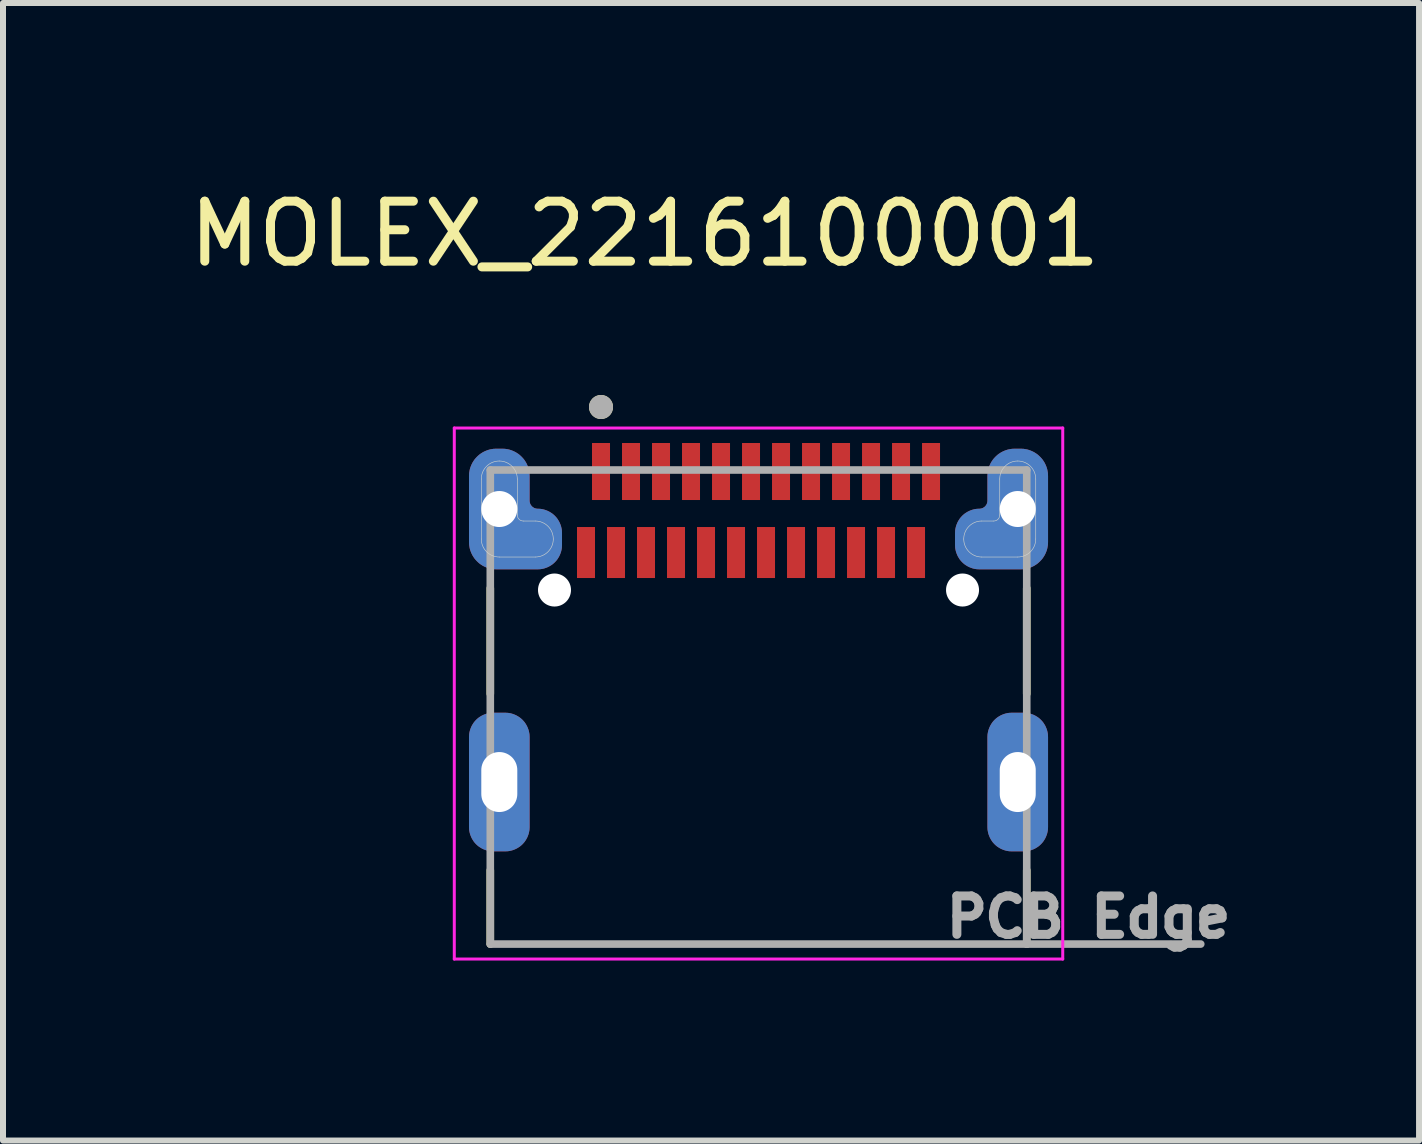
<source format=kicad_pcb>
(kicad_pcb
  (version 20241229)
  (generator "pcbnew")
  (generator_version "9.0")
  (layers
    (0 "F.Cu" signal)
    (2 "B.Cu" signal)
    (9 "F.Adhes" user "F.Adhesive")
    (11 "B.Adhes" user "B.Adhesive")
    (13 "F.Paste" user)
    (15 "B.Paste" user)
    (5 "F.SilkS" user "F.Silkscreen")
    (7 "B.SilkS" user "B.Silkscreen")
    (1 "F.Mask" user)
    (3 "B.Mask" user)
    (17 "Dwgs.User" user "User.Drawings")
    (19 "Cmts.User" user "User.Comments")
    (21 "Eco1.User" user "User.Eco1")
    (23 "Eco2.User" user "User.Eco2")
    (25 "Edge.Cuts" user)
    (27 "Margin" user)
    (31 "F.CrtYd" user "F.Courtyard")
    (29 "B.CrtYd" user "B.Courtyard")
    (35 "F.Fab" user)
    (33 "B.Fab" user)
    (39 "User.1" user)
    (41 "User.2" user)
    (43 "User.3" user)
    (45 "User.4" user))
  (footprint "MOLEX_2216100001"
    (layer "F.Cu")
    (at 9.591 9.983)
    (property "Reference" "MOLEX_2216100001" (at -1.895 -9.135 0) (layer "F.SilkS") (effects (font (size 1 1) (thickness 0.15))))
    (attr smd)
    (fp_poly (pts (xy -3.075 -4.3) (xy -2.675 -4.3) (xy -2.675 -3.35) (xy -3.075 -3.35)) (stroke (width 0.01) (type solid)) (fill yes) (layer "F.Mask"))
    (fp_poly (pts (xy -2.825 -5.7) (xy -2.425 -5.7) (xy -2.425 -4.65) (xy -2.825 -4.65)) (stroke (width 0.01) (type solid)) (fill yes) (layer "F.Mask"))
    (fp_poly (pts (xy -2.575 -4.3) (xy -2.175 -4.3) (xy -2.175 -3.35) (xy -2.575 -3.35)) (stroke (width 0.01) (type solid)) (fill yes) (layer "F.Mask"))
    (fp_poly (pts (xy -2.325 -5.7) (xy -1.925 -5.7) (xy -1.925 -4.65) (xy -2.325 -4.65)) (stroke (width 0.01) (type solid)) (fill yes) (layer "F.Mask"))
    (fp_poly (pts (xy -2.075 -4.3) (xy -1.675 -4.3) (xy -1.675 -3.35) (xy -2.075 -3.35)) (stroke (width 0.01) (type solid)) (fill yes) (layer "F.Mask"))
    (fp_poly (pts (xy -1.825 -5.7) (xy -1.425 -5.7) (xy -1.425 -4.65) (xy -1.825 -4.65)) (stroke (width 0.01) (type solid)) (fill yes) (layer "F.Mask"))
    (fp_poly (pts (xy -1.575 -4.3) (xy -1.175 -4.3) (xy -1.175 -3.35) (xy -1.575 -3.35)) (stroke (width 0.01) (type solid)) (fill yes) (layer "F.Mask"))
    (fp_poly (pts (xy -1.325 -5.7) (xy -0.925 -5.7) (xy -0.925 -4.65) (xy -1.325 -4.65)) (stroke (width 0.01) (type solid)) (fill yes) (layer "F.Mask"))
    (fp_poly (pts (xy -1.075 -4.3) (xy -0.675 -4.3) (xy -0.675 -3.35) (xy -1.075 -3.35)) (stroke (width 0.01) (type solid)) (fill yes) (layer "F.Mask"))
    (fp_poly (pts (xy -0.825 -5.7) (xy -0.425 -5.7) (xy -0.425 -4.65) (xy -0.825 -4.65)) (stroke (width 0.01) (type solid)) (fill yes) (layer "F.Mask"))
    (fp_poly (pts (xy -0.575 -4.3) (xy -0.175 -4.3) (xy -0.175 -3.35) (xy -0.575 -3.35)) (stroke (width 0.01) (type solid)) (fill yes) (layer "F.Mask"))
    (fp_poly (pts (xy -0.325 -5.7) (xy 0.075 -5.7) (xy 0.075 -4.65) (xy -0.325 -4.65)) (stroke (width 0.01) (type solid)) (fill yes) (layer "F.Mask"))
    (fp_poly (pts (xy -0.075 -4.3) (xy 0.325 -4.3) (xy 0.325 -3.35) (xy -0.075 -3.35)) (stroke (width 0.01) (type solid)) (fill yes) (layer "F.Mask"))
    (fp_poly (pts (xy 0.175 -5.7) (xy 0.575 -5.7) (xy 0.575 -4.65) (xy 0.175 -4.65)) (stroke (width 0.01) (type solid)) (fill yes) (layer "F.Mask"))
    (fp_poly (pts (xy 0.425 -4.3) (xy 0.825 -4.3) (xy 0.825 -3.35) (xy 0.425 -3.35)) (stroke (width 0.01) (type solid)) (fill yes) (layer "F.Mask"))
    (fp_poly (pts (xy 0.675 -5.7) (xy 1.075 -5.7) (xy 1.075 -4.65) (xy 0.675 -4.65)) (stroke (width 0.01) (type solid)) (fill yes) (layer "F.Mask"))
    (fp_poly (pts (xy 0.925 -4.3) (xy 1.325 -4.3) (xy 1.325 -3.35) (xy 0.925 -3.35)) (stroke (width 0.01) (type solid)) (fill yes) (layer "F.Mask"))
    (fp_poly (pts (xy 1.175 -5.7) (xy 1.575 -5.7) (xy 1.575 -4.65) (xy 1.175 -4.65)) (stroke (width 0.01) (type solid)) (fill yes) (layer "F.Mask"))
    (fp_poly (pts (xy 1.425 -4.3) (xy 1.825 -4.3) (xy 1.825 -3.35) (xy 1.425 -3.35)) (stroke (width 0.01) (type solid)) (fill yes) (layer "F.Mask"))
    (fp_poly (pts (xy 1.675 -5.7) (xy 2.075 -5.7) (xy 2.075 -4.65) (xy 1.675 -4.65)) (stroke (width 0.01) (type solid)) (fill yes) (layer "F.Mask"))
    (fp_poly (pts (xy 1.925 -4.3) (xy 2.325 -4.3) (xy 2.325 -3.35) (xy 1.925 -3.35)) (stroke (width 0.01) (type solid)) (fill yes) (layer "F.Mask"))
    (fp_poly (pts (xy 2.175 -5.7) (xy 2.575 -5.7) (xy 2.575 -4.65) (xy 2.175 -4.65)) (stroke (width 0.01) (type solid)) (fill yes) (layer "F.Mask"))
    (fp_poly (pts (xy 2.425 -4.3) (xy 2.825 -4.3) (xy 2.825 -3.35) (xy 2.425 -3.35)) (stroke (width 0.01) (type solid)) (fill yes) (layer "F.Mask"))
    (fp_poly (pts (xy 2.675 -5.7) (xy 3.075 -5.7) (xy 3.075 -4.65) (xy 2.675 -4.65)) (stroke (width 0.01) (type solid)) (fill yes) (layer "F.Mask"))
    (fp_poly (pts (xy -3.72 -0.75) (xy -3.72 0.75) (xy -3.721 0.776) (xy -3.723 0.802) (xy -3.726 0.828) (xy -3.731 0.854) (xy -3.737 0.879) (xy -3.744 0.905) (xy -3.753 0.929) (xy -3.763 0.953) (xy -3.774 0.977) (xy -3.787 1) (xy -3.801 1.022) (xy -3.815 1.044) (xy -3.831 1.065) (xy -3.848 1.085) (xy -3.866 1.104) (xy -3.885 1.122) (xy -3.905 1.139) (xy -3.926 1.155) (xy -3.948 1.169) (xy -3.97 1.183) (xy -3.993 1.196) (xy -4.017 1.207) (xy -4.041 1.217) (xy -4.065 1.226) (xy -4.091 1.233) (xy -4.116 1.239) (xy -4.142 1.244) (xy -4.168 1.247) (xy -4.194 1.249) (xy -4.22 1.25) (xy -4.42 1.25) (xy -4.446 1.249) (xy -4.472 1.247) (xy -4.498 1.244) (xy -4.524 1.239) (xy -4.549 1.233) (xy -4.575 1.226) (xy -4.599 1.217) (xy -4.623 1.207) (xy -4.647 1.196) (xy -4.67 1.183) (xy -4.692 1.169) (xy -4.714 1.155) (xy -4.735 1.139) (xy -4.755 1.122) (xy -4.774 1.104) (xy -4.792 1.085) (xy -4.809 1.065) (xy -4.825 1.044) (xy -4.839 1.022) (xy -4.853 1) (xy -4.866 0.977) (xy -4.877 0.953) (xy -4.887 0.929) (xy -4.896 0.905) (xy -4.903 0.879) (xy -4.909 0.854) (xy -4.914 0.828) (xy -4.917 0.802) (xy -4.919 0.776) (xy -4.92 0.75) (xy -4.92 -0.75) (xy -4.919 -0.776) (xy -4.917 -0.802) (xy -4.914 -0.828) (xy -4.909 -0.854) (xy -4.903 -0.879) (xy -4.896 -0.905) (xy -4.887 -0.929) (xy -4.877 -0.953) (xy -4.866 -0.977) (xy -4.853 -1) (xy -4.839 -1.022) (xy -4.825 -1.044) (xy -4.809 -1.065) (xy -4.792 -1.085) (xy -4.774 -1.104) (xy -4.755 -1.122) (xy -4.735 -1.139) (xy -4.714 -1.155) (xy -4.692 -1.169) (xy -4.67 -1.183) (xy -4.647 -1.196) (xy -4.623 -1.207) (xy -4.599 -1.217) (xy -4.575 -1.226) (xy -4.549 -1.233) (xy -4.524 -1.239) (xy -4.498 -1.244) (xy -4.472 -1.247) (xy -4.446 -1.249) (xy -4.42 -1.25) (xy -4.22 -1.25) (xy -4.194 -1.249) (xy -4.168 -1.247) (xy -4.142 -1.244) (xy -4.116 -1.239) (xy -4.091 -1.233) (xy -4.065 -1.226) (xy -4.041 -1.217) (xy -4.017 -1.207) (xy -3.993 -1.196) (xy -3.97 -1.183) (xy -3.948 -1.169) (xy -3.926 -1.155) (xy -3.905 -1.139) (xy -3.885 -1.122) (xy -3.866 -1.104) (xy -3.848 -1.085) (xy -3.831 -1.065) (xy -3.815 -1.044) (xy -3.801 -1.022) (xy -3.787 -1) (xy -3.774 -0.977) (xy -3.763 -0.953) (xy -3.753 -0.929) (xy -3.744 -0.905) (xy -3.737 -0.879) (xy -3.731 -0.854) (xy -3.726 -0.828) (xy -3.723 -0.802) (xy -3.721 -0.776) (xy -3.72 -0.75)) (stroke (width 0.01) (type solid)) (fill yes) (layer "F.Mask"))
    (fp_poly (pts (xy 4.92 -0.75) (xy 4.92 0.75) (xy 4.919 0.776) (xy 4.917 0.802) (xy 4.914 0.828) (xy 4.909 0.854) (xy 4.903 0.879) (xy 4.896 0.905) (xy 4.887 0.929) (xy 4.877 0.953) (xy 4.866 0.977) (xy 4.853 1) (xy 4.839 1.022) (xy 4.825 1.044) (xy 4.809 1.065) (xy 4.792 1.085) (xy 4.774 1.104) (xy 4.755 1.122) (xy 4.735 1.139) (xy 4.714 1.155) (xy 4.692 1.169) (xy 4.67 1.183) (xy 4.647 1.196) (xy 4.623 1.207) (xy 4.599 1.217) (xy 4.575 1.226) (xy 4.549 1.233) (xy 4.524 1.239) (xy 4.498 1.244) (xy 4.472 1.247) (xy 4.446 1.249) (xy 4.42 1.25) (xy 4.22 1.25) (xy 4.194 1.249) (xy 4.168 1.247) (xy 4.142 1.244) (xy 4.116 1.239) (xy 4.091 1.233) (xy 4.065 1.226) (xy 4.041 1.217) (xy 4.017 1.207) (xy 3.993 1.196) (xy 3.97 1.183) (xy 3.948 1.169) (xy 3.926 1.155) (xy 3.905 1.139) (xy 3.885 1.122) (xy 3.866 1.104) (xy 3.848 1.085) (xy 3.831 1.065) (xy 3.815 1.044) (xy 3.801 1.022) (xy 3.787 1) (xy 3.774 0.977) (xy 3.763 0.953) (xy 3.753 0.929) (xy 3.744 0.905) (xy 3.737 0.879) (xy 3.731 0.854) (xy 3.726 0.828) (xy 3.723 0.802) (xy 3.721 0.776) (xy 3.72 0.75) (xy 3.72 -0.75) (xy 3.721 -0.776) (xy 3.723 -0.802) (xy 3.726 -0.828) (xy 3.731 -0.854) (xy 3.737 -0.879) (xy 3.744 -0.905) (xy 3.753 -0.929) (xy 3.763 -0.953) (xy 3.774 -0.977) (xy 3.787 -1) (xy 3.801 -1.022) (xy 3.815 -1.044) (xy 3.831 -1.065) (xy 3.848 -1.085) (xy 3.866 -1.104) (xy 3.885 -1.122) (xy 3.905 -1.139) (xy 3.926 -1.155) (xy 3.948 -1.169) (xy 3.97 -1.183) (xy 3.993 -1.196) (xy 4.017 -1.207) (xy 4.041 -1.217) (xy 4.065 -1.226) (xy 4.091 -1.233) (xy 4.116 -1.239) (xy 4.142 -1.244) (xy 4.168 -1.247) (xy 4.194 -1.249) (xy 4.22 -1.25) (xy 4.42 -1.25) (xy 4.446 -1.249) (xy 4.472 -1.247) (xy 4.498 -1.244) (xy 4.524 -1.239) (xy 4.549 -1.233) (xy 4.575 -1.226) (xy 4.599 -1.217) (xy 4.623 -1.207) (xy 4.647 -1.196) (xy 4.67 -1.183) (xy 4.692 -1.169) (xy 4.714 -1.155) (xy 4.735 -1.139) (xy 4.755 -1.122) (xy 4.774 -1.104) (xy 4.792 -1.085) (xy 4.809 -1.065) (xy 4.825 -1.044) (xy 4.839 -1.022) (xy 4.853 -1) (xy 4.866 -0.977) (xy 4.877 -0.953) (xy 4.887 -0.929) (xy 4.896 -0.905) (xy 4.903 -0.879) (xy 4.909 -0.854) (xy 4.914 -0.828) (xy 4.917 -0.802) (xy 4.919 -0.776) (xy 4.92 -0.75)) (stroke (width 0.01) (type solid)) (fill yes) (layer "F.Mask"))
    (fp_poly (pts (xy -3.18 -4.15) (xy -3.18 -3.95) (xy -3.181 -3.924) (xy -3.183 -3.898) (xy -3.186 -3.872) (xy -3.191 -3.846) (xy -3.197 -3.821) (xy -3.204 -3.795) (xy -3.213 -3.771) (xy -3.223 -3.747) (xy -3.234 -3.723) (xy -3.247 -3.7) (xy -3.261 -3.678) (xy -3.275 -3.656) (xy -3.291 -3.635) (xy -3.308 -3.615) (xy -3.326 -3.596) (xy -3.345 -3.578) (xy -3.365 -3.561) (xy -3.386 -3.545) (xy -3.408 -3.531) (xy -3.43 -3.517) (xy -3.453 -3.504) (xy -3.477 -3.493) (xy -3.501 -3.483) (xy -3.525 -3.474) (xy -3.551 -3.467) (xy -3.576 -3.461) (xy -3.602 -3.456) (xy -3.628 -3.453) (xy -3.654 -3.451) (xy -3.68 -3.45) (xy -4.37 -3.45) (xy -4.399 -3.451) (xy -4.427 -3.453) (xy -4.456 -3.457) (xy -4.484 -3.462) (xy -4.512 -3.469) (xy -4.54 -3.477) (xy -4.567 -3.487) (xy -4.594 -3.498) (xy -4.62 -3.51) (xy -4.645 -3.524) (xy -4.67 -3.539) (xy -4.693 -3.555) (xy -4.716 -3.573) (xy -4.738 -3.591) (xy -4.759 -3.611) (xy -4.779 -3.632) (xy -4.797 -3.654) (xy -4.815 -3.677) (xy -4.831 -3.7) (xy -4.846 -3.725) (xy -4.86 -3.75) (xy -4.872 -3.776) (xy -4.883 -3.803) (xy -4.893 -3.83) (xy -4.901 -3.858) (xy -4.908 -3.886) (xy -4.913 -3.914) (xy -4.917 -3.943) (xy -4.919 -3.971) (xy -4.92 -4) (xy -4.92 -5.1) (xy -4.919 -5.129) (xy -4.917 -5.157) (xy -4.913 -5.186) (xy -4.908 -5.214) (xy -4.901 -5.242) (xy -4.893 -5.27) (xy -4.883 -5.297) (xy -4.872 -5.324) (xy -4.86 -5.35) (xy -4.846 -5.375) (xy -4.831 -5.4) (xy -4.815 -5.423) (xy -4.797 -5.446) (xy -4.779 -5.468) (xy -4.759 -5.489) (xy -4.738 -5.509) (xy -4.716 -5.527) (xy -4.693 -5.545) (xy -4.67 -5.561) (xy -4.645 -5.576) (xy -4.62 -5.59) (xy -4.594 -5.602) (xy -4.567 -5.613) (xy -4.54 -5.623) (xy -4.512 -5.631) (xy -4.484 -5.638) (xy -4.456 -5.643) (xy -4.427 -5.647) (xy -4.399 -5.649) (xy -4.37 -5.65) (xy -4.27 -5.65) (xy -4.241 -5.649) (xy -4.213 -5.647) (xy -4.184 -5.643) (xy -4.156 -5.638) (xy -4.128 -5.631) (xy -4.1 -5.623) (xy -4.073 -5.613) (xy -4.046 -5.602) (xy -4.02 -5.59) (xy -3.995 -5.576) (xy -3.97 -5.561) (xy -3.947 -5.545) (xy -3.924 -5.527) (xy -3.902 -5.509) (xy -3.881 -5.489) (xy -3.861 -5.468) (xy -3.843 -5.446) (xy -3.825 -5.423) (xy -3.809 -5.4) (xy -3.794 -5.375) (xy -3.78 -5.35) (xy -3.768 -5.324) (xy -3.757 -5.297) (xy -3.747 -5.27) (xy -3.739 -5.242) (xy -3.732 -5.214) (xy -3.727 -5.186) (xy -3.723 -5.157) (xy -3.721 -5.129) (xy -3.72 -5.1) (xy -3.72 -4.69) (xy -3.72 -4.688) (xy -3.72 -4.686) (xy -3.72 -4.684) (xy -3.719 -4.682) (xy -3.719 -4.68) (xy -3.718 -4.678) (xy -3.717 -4.676) (xy -3.717 -4.674) (xy -3.716 -4.672) (xy -3.715 -4.67) (xy -3.714 -4.668) (xy -3.712 -4.666) (xy -3.711 -4.665) (xy -3.71 -4.663) (xy -3.708 -4.662) (xy -3.707 -4.66) (xy -3.705 -4.659) (xy -3.704 -4.658) (xy -3.702 -4.656) (xy -3.7 -4.655) (xy -3.698 -4.654) (xy -3.696 -4.653) (xy -3.694 -4.653) (xy -3.692 -4.652) (xy -3.69 -4.651) (xy -3.688 -4.651) (xy -3.686 -4.65) (xy -3.684 -4.65) (xy -3.682 -4.65) (xy -3.68 -4.65) (xy -3.654 -4.649) (xy -3.628 -4.647) (xy -3.602 -4.644) (xy -3.576 -4.639) (xy -3.551 -4.633) (xy -3.525 -4.626) (xy -3.501 -4.617) (xy -3.477 -4.607) (xy -3.453 -4.596) (xy -3.43 -4.583) (xy -3.408 -4.569) (xy -3.386 -4.555) (xy -3.365 -4.539) (xy -3.345 -4.522) (xy -3.326 -4.504) (xy -3.308 -4.485) (xy -3.291 -4.465) (xy -3.275 -4.444) (xy -3.261 -4.422) (xy -3.247 -4.4) (xy -3.234 -4.377) (xy -3.223 -4.353) (xy -3.213 -4.329) (xy -3.204 -4.305) (xy -3.197 -4.279) (xy -3.191 -4.254) (xy -3.186 -4.228) (xy -3.183 -4.202) (xy -3.181 -4.176) (xy -3.18 -4.15)) (stroke (width 0.01) (type solid)) (fill yes) (layer "F.Mask"))
    (fp_poly (pts (xy 3.18 -4.15) (xy 3.18 -3.95) (xy 3.181 -3.924) (xy 3.183 -3.898) (xy 3.186 -3.872) (xy 3.191 -3.846) (xy 3.197 -3.821) (xy 3.204 -3.795) (xy 3.213 -3.771) (xy 3.223 -3.747) (xy 3.234 -3.723) (xy 3.247 -3.7) (xy 3.261 -3.678) (xy 3.275 -3.656) (xy 3.291 -3.635) (xy 3.308 -3.615) (xy 3.326 -3.596) (xy 3.345 -3.578) (xy 3.365 -3.561) (xy 3.386 -3.545) (xy 3.408 -3.531) (xy 3.43 -3.517) (xy 3.453 -3.504) (xy 3.477 -3.493) (xy 3.501 -3.483) (xy 3.525 -3.474) (xy 3.551 -3.467) (xy 3.576 -3.461) (xy 3.602 -3.456) (xy 3.628 -3.453) (xy 3.654 -3.451) (xy 3.68 -3.45) (xy 4.37 -3.45) (xy 4.399 -3.451) (xy 4.427 -3.453) (xy 4.456 -3.457) (xy 4.484 -3.462) (xy 4.512 -3.469) (xy 4.54 -3.477) (xy 4.567 -3.487) (xy 4.594 -3.498) (xy 4.62 -3.51) (xy 4.645 -3.524) (xy 4.67 -3.539) (xy 4.693 -3.555) (xy 4.716 -3.573) (xy 4.738 -3.591) (xy 4.759 -3.611) (xy 4.779 -3.632) (xy 4.797 -3.654) (xy 4.815 -3.677) (xy 4.831 -3.7) (xy 4.846 -3.725) (xy 4.86 -3.75) (xy 4.872 -3.776) (xy 4.883 -3.803) (xy 4.893 -3.83) (xy 4.901 -3.858) (xy 4.908 -3.886) (xy 4.913 -3.914) (xy 4.917 -3.943) (xy 4.919 -3.971) (xy 4.92 -4) (xy 4.92 -5.1) (xy 4.919 -5.129) (xy 4.917 -5.157) (xy 4.913 -5.186) (xy 4.908 -5.214) (xy 4.901 -5.242) (xy 4.893 -5.27) (xy 4.883 -5.297) (xy 4.872 -5.324) (xy 4.86 -5.35) (xy 4.846 -5.375) (xy 4.831 -5.4) (xy 4.815 -5.423) (xy 4.797 -5.446) (xy 4.779 -5.468) (xy 4.759 -5.489) (xy 4.738 -5.509) (xy 4.716 -5.527) (xy 4.693 -5.545) (xy 4.67 -5.561) (xy 4.645 -5.576) (xy 4.62 -5.59) (xy 4.594 -5.602) (xy 4.567 -5.613) (xy 4.54 -5.623) (xy 4.512 -5.631) (xy 4.484 -5.638) (xy 4.456 -5.643) (xy 4.427 -5.647) (xy 4.399 -5.649) (xy 4.37 -5.65) (xy 4.27 -5.65) (xy 4.241 -5.649) (xy 4.213 -5.647) (xy 4.184 -5.643) (xy 4.156 -5.638) (xy 4.128 -5.631) (xy 4.1 -5.623) (xy 4.073 -5.613) (xy 4.046 -5.602) (xy 4.02 -5.59) (xy 3.995 -5.576) (xy 3.97 -5.561) (xy 3.947 -5.545) (xy 3.924 -5.527) (xy 3.902 -5.509) (xy 3.881 -5.489) (xy 3.861 -5.468) (xy 3.843 -5.446) (xy 3.825 -5.423) (xy 3.809 -5.4) (xy 3.794 -5.375) (xy 3.78 -5.35) (xy 3.768 -5.324) (xy 3.757 -5.297) (xy 3.747 -5.27) (xy 3.739 -5.242) (xy 3.732 -5.214) (xy 3.727 -5.186) (xy 3.723 -5.157) (xy 3.721 -5.129) (xy 3.72 -5.1) (xy 3.72 -4.69) (xy 3.72 -4.688) (xy 3.72 -4.686) (xy 3.72 -4.684) (xy 3.719 -4.682) (xy 3.719 -4.68) (xy 3.718 -4.678) (xy 3.717 -4.676) (xy 3.717 -4.674) (xy 3.716 -4.672) (xy 3.715 -4.67) (xy 3.714 -4.668) (xy 3.712 -4.666) (xy 3.711 -4.665) (xy 3.71 -4.663) (xy 3.708 -4.662) (xy 3.707 -4.66) (xy 3.705 -4.659) (xy 3.704 -4.658) (xy 3.702 -4.656) (xy 3.7 -4.655) (xy 3.698 -4.654) (xy 3.696 -4.653) (xy 3.694 -4.653) (xy 3.692 -4.652) (xy 3.69 -4.651) (xy 3.688 -4.651) (xy 3.686 -4.65) (xy 3.684 -4.65) (xy 3.682 -4.65) (xy 3.68 -4.65) (xy 3.654 -4.649) (xy 3.628 -4.647) (xy 3.602 -4.644) (xy 3.576 -4.639) (xy 3.551 -4.633) (xy 3.525 -4.626) (xy 3.501 -4.617) (xy 3.477 -4.607) (xy 3.453 -4.596) (xy 3.43 -4.583) (xy 3.408 -4.569) (xy 3.386 -4.555) (xy 3.365 -4.539) (xy 3.345 -4.522) (xy 3.326 -4.504) (xy 3.308 -4.485) (xy 3.291 -4.465) (xy 3.275 -4.444) (xy 3.261 -4.422) (xy 3.247 -4.4) (xy 3.234 -4.377) (xy 3.223 -4.353) (xy 3.213 -4.329) (xy 3.204 -4.305) (xy 3.197 -4.279) (xy 3.191 -4.254) (xy 3.186 -4.228) (xy 3.183 -4.202) (xy 3.181 -4.176) (xy 3.18 -4.15)) (stroke (width 0.01) (type solid)) (fill yes) (layer "F.Mask"))
    (fp_poly (pts (xy -3.72 -0.75) (xy -3.72 0.75) (xy -3.721 0.776) (xy -3.723 0.802) (xy -3.726 0.828) (xy -3.731 0.854) (xy -3.737 0.879) (xy -3.744 0.905) (xy -3.753 0.929) (xy -3.763 0.953) (xy -3.774 0.977) (xy -3.787 1) (xy -3.801 1.022) (xy -3.815 1.044) (xy -3.831 1.065) (xy -3.848 1.085) (xy -3.866 1.104) (xy -3.885 1.122) (xy -3.905 1.139) (xy -3.926 1.155) (xy -3.948 1.169) (xy -3.97 1.183) (xy -3.993 1.196) (xy -4.017 1.207) (xy -4.041 1.217) (xy -4.065 1.226) (xy -4.091 1.233) (xy -4.116 1.239) (xy -4.142 1.244) (xy -4.168 1.247) (xy -4.194 1.249) (xy -4.22 1.25) (xy -4.42 1.25) (xy -4.446 1.249) (xy -4.472 1.247) (xy -4.498 1.244) (xy -4.524 1.239) (xy -4.549 1.233) (xy -4.575 1.226) (xy -4.599 1.217) (xy -4.623 1.207) (xy -4.647 1.196) (xy -4.67 1.183) (xy -4.692 1.169) (xy -4.714 1.155) (xy -4.735 1.139) (xy -4.755 1.122) (xy -4.774 1.104) (xy -4.792 1.085) (xy -4.809 1.065) (xy -4.825 1.044) (xy -4.839 1.022) (xy -4.853 1) (xy -4.866 0.977) (xy -4.877 0.953) (xy -4.887 0.929) (xy -4.896 0.905) (xy -4.903 0.879) (xy -4.909 0.854) (xy -4.914 0.828) (xy -4.917 0.802) (xy -4.919 0.776) (xy -4.92 0.75) (xy -4.92 -0.75) (xy -4.919 -0.776) (xy -4.917 -0.802) (xy -4.914 -0.828) (xy -4.909 -0.854) (xy -4.903 -0.879) (xy -4.896 -0.905) (xy -4.887 -0.929) (xy -4.877 -0.953) (xy -4.866 -0.977) (xy -4.853 -1) (xy -4.839 -1.022) (xy -4.825 -1.044) (xy -4.809 -1.065) (xy -4.792 -1.085) (xy -4.774 -1.104) (xy -4.755 -1.122) (xy -4.735 -1.139) (xy -4.714 -1.155) (xy -4.692 -1.169) (xy -4.67 -1.183) (xy -4.647 -1.196) (xy -4.623 -1.207) (xy -4.599 -1.217) (xy -4.575 -1.226) (xy -4.549 -1.233) (xy -4.524 -1.239) (xy -4.498 -1.244) (xy -4.472 -1.247) (xy -4.446 -1.249) (xy -4.42 -1.25) (xy -4.22 -1.25) (xy -4.194 -1.249) (xy -4.168 -1.247) (xy -4.142 -1.244) (xy -4.116 -1.239) (xy -4.091 -1.233) (xy -4.065 -1.226) (xy -4.041 -1.217) (xy -4.017 -1.207) (xy -3.993 -1.196) (xy -3.97 -1.183) (xy -3.948 -1.169) (xy -3.926 -1.155) (xy -3.905 -1.139) (xy -3.885 -1.122) (xy -3.866 -1.104) (xy -3.848 -1.085) (xy -3.831 -1.065) (xy -3.815 -1.044) (xy -3.801 -1.022) (xy -3.787 -1) (xy -3.774 -0.977) (xy -3.763 -0.953) (xy -3.753 -0.929) (xy -3.744 -0.905) (xy -3.737 -0.879) (xy -3.731 -0.854) (xy -3.726 -0.828) (xy -3.723 -0.802) (xy -3.721 -0.776) (xy -3.72 -0.75)) (stroke (width 0.01) (type solid)) (fill yes) (layer "B.Mask"))
    (fp_poly (pts (xy 4.92 -0.75) (xy 4.92 0.75) (xy 4.919 0.776) (xy 4.917 0.802) (xy 4.914 0.828) (xy 4.909 0.854) (xy 4.903 0.879) (xy 4.896 0.905) (xy 4.887 0.929) (xy 4.877 0.953) (xy 4.866 0.977) (xy 4.853 1) (xy 4.839 1.022) (xy 4.825 1.044) (xy 4.809 1.065) (xy 4.792 1.085) (xy 4.774 1.104) (xy 4.755 1.122) (xy 4.735 1.139) (xy 4.714 1.155) (xy 4.692 1.169) (xy 4.67 1.183) (xy 4.647 1.196) (xy 4.623 1.207) (xy 4.599 1.217) (xy 4.575 1.226) (xy 4.549 1.233) (xy 4.524 1.239) (xy 4.498 1.244) (xy 4.472 1.247) (xy 4.446 1.249) (xy 4.42 1.25) (xy 4.22 1.25) (xy 4.194 1.249) (xy 4.168 1.247) (xy 4.142 1.244) (xy 4.116 1.239) (xy 4.091 1.233) (xy 4.065 1.226) (xy 4.041 1.217) (xy 4.017 1.207) (xy 3.993 1.196) (xy 3.97 1.183) (xy 3.948 1.169) (xy 3.926 1.155) (xy 3.905 1.139) (xy 3.885 1.122) (xy 3.866 1.104) (xy 3.848 1.085) (xy 3.831 1.065) (xy 3.815 1.044) (xy 3.801 1.022) (xy 3.787 1) (xy 3.774 0.977) (xy 3.763 0.953) (xy 3.753 0.929) (xy 3.744 0.905) (xy 3.737 0.879) (xy 3.731 0.854) (xy 3.726 0.828) (xy 3.723 0.802) (xy 3.721 0.776) (xy 3.72 0.75) (xy 3.72 -0.75) (xy 3.721 -0.776) (xy 3.723 -0.802) (xy 3.726 -0.828) (xy 3.731 -0.854) (xy 3.737 -0.879) (xy 3.744 -0.905) (xy 3.753 -0.929) (xy 3.763 -0.953) (xy 3.774 -0.977) (xy 3.787 -1) (xy 3.801 -1.022) (xy 3.815 -1.044) (xy 3.831 -1.065) (xy 3.848 -1.085) (xy 3.866 -1.104) (xy 3.885 -1.122) (xy 3.905 -1.139) (xy 3.926 -1.155) (xy 3.948 -1.169) (xy 3.97 -1.183) (xy 3.993 -1.196) (xy 4.017 -1.207) (xy 4.041 -1.217) (xy 4.065 -1.226) (xy 4.091 -1.233) (xy 4.116 -1.239) (xy 4.142 -1.244) (xy 4.168 -1.247) (xy 4.194 -1.249) (xy 4.22 -1.25) (xy 4.42 -1.25) (xy 4.446 -1.249) (xy 4.472 -1.247) (xy 4.498 -1.244) (xy 4.524 -1.239) (xy 4.549 -1.233) (xy 4.575 -1.226) (xy 4.599 -1.217) (xy 4.623 -1.207) (xy 4.647 -1.196) (xy 4.67 -1.183) (xy 4.692 -1.169) (xy 4.714 -1.155) (xy 4.735 -1.139) (xy 4.755 -1.122) (xy 4.774 -1.104) (xy 4.792 -1.085) (xy 4.809 -1.065) (xy 4.825 -1.044) (xy 4.839 -1.022) (xy 4.853 -1) (xy 4.866 -0.977) (xy 4.877 -0.953) (xy 4.887 -0.929) (xy 4.896 -0.905) (xy 4.903 -0.879) (xy 4.909 -0.854) (xy 4.914 -0.828) (xy 4.917 -0.802) (xy 4.919 -0.776) (xy 4.92 -0.75)) (stroke (width 0.01) (type solid)) (fill yes) (layer "B.Mask"))
    (fp_poly (pts (xy -3.18 -4.15) (xy -3.18 -3.95) (xy -3.181 -3.924) (xy -3.183 -3.898) (xy -3.186 -3.872) (xy -3.191 -3.846) (xy -3.197 -3.821) (xy -3.204 -3.795) (xy -3.213 -3.771) (xy -3.223 -3.747) (xy -3.234 -3.723) (xy -3.247 -3.7) (xy -3.261 -3.678) (xy -3.275 -3.656) (xy -3.291 -3.635) (xy -3.308 -3.615) (xy -3.326 -3.596) (xy -3.345 -3.578) (xy -3.365 -3.561) (xy -3.386 -3.545) (xy -3.408 -3.531) (xy -3.43 -3.517) (xy -3.453 -3.504) (xy -3.477 -3.493) (xy -3.501 -3.483) (xy -3.525 -3.474) (xy -3.551 -3.467) (xy -3.576 -3.461) (xy -3.602 -3.456) (xy -3.628 -3.453) (xy -3.654 -3.451) (xy -3.68 -3.45) (xy -4.37 -3.45) (xy -4.399 -3.451) (xy -4.427 -3.453) (xy -4.456 -3.457) (xy -4.484 -3.462) (xy -4.512 -3.469) (xy -4.54 -3.477) (xy -4.567 -3.487) (xy -4.594 -3.498) (xy -4.62 -3.51) (xy -4.645 -3.524) (xy -4.67 -3.539) (xy -4.693 -3.555) (xy -4.716 -3.573) (xy -4.738 -3.591) (xy -4.759 -3.611) (xy -4.779 -3.632) (xy -4.797 -3.654) (xy -4.815 -3.677) (xy -4.831 -3.7) (xy -4.846 -3.725) (xy -4.86 -3.75) (xy -4.872 -3.776) (xy -4.883 -3.803) (xy -4.893 -3.83) (xy -4.901 -3.858) (xy -4.908 -3.886) (xy -4.913 -3.914) (xy -4.917 -3.943) (xy -4.919 -3.971) (xy -4.92 -4) (xy -4.92 -5.1) (xy -4.919 -5.129) (xy -4.917 -5.157) (xy -4.913 -5.186) (xy -4.908 -5.214) (xy -4.901 -5.242) (xy -4.893 -5.27) (xy -4.883 -5.297) (xy -4.872 -5.324) (xy -4.86 -5.35) (xy -4.846 -5.375) (xy -4.831 -5.4) (xy -4.815 -5.423) (xy -4.797 -5.446) (xy -4.779 -5.468) (xy -4.759 -5.489) (xy -4.738 -5.509) (xy -4.716 -5.527) (xy -4.693 -5.545) (xy -4.67 -5.561) (xy -4.645 -5.576) (xy -4.62 -5.59) (xy -4.594 -5.602) (xy -4.567 -5.613) (xy -4.54 -5.623) (xy -4.512 -5.631) (xy -4.484 -5.638) (xy -4.456 -5.643) (xy -4.427 -5.647) (xy -4.399 -5.649) (xy -4.37 -5.65) (xy -4.27 -5.65) (xy -4.241 -5.649) (xy -4.213 -5.647) (xy -4.184 -5.643) (xy -4.156 -5.638) (xy -4.128 -5.631) (xy -4.1 -5.623) (xy -4.073 -5.613) (xy -4.046 -5.602) (xy -4.02 -5.59) (xy -3.995 -5.576) (xy -3.97 -5.561) (xy -3.947 -5.545) (xy -3.924 -5.527) (xy -3.902 -5.509) (xy -3.881 -5.489) (xy -3.861 -5.468) (xy -3.843 -5.446) (xy -3.825 -5.423) (xy -3.809 -5.4) (xy -3.794 -5.375) (xy -3.78 -5.35) (xy -3.768 -5.324) (xy -3.757 -5.297) (xy -3.747 -5.27) (xy -3.739 -5.242) (xy -3.732 -5.214) (xy -3.727 -5.186) (xy -3.723 -5.157) (xy -3.721 -5.129) (xy -3.72 -5.1) (xy -3.72 -4.69) (xy -3.72 -4.688) (xy -3.72 -4.686) (xy -3.72 -4.684) (xy -3.719 -4.682) (xy -3.719 -4.68) (xy -3.718 -4.678) (xy -3.717 -4.676) (xy -3.717 -4.674) (xy -3.716 -4.672) (xy -3.715 -4.67) (xy -3.714 -4.668) (xy -3.712 -4.666) (xy -3.711 -4.665) (xy -3.71 -4.663) (xy -3.708 -4.662) (xy -3.707 -4.66) (xy -3.705 -4.659) (xy -3.704 -4.658) (xy -3.702 -4.656) (xy -3.7 -4.655) (xy -3.698 -4.654) (xy -3.696 -4.653) (xy -3.694 -4.653) (xy -3.692 -4.652) (xy -3.69 -4.651) (xy -3.688 -4.651) (xy -3.686 -4.65) (xy -3.684 -4.65) (xy -3.682 -4.65) (xy -3.68 -4.65) (xy -3.654 -4.649) (xy -3.628 -4.647) (xy -3.602 -4.644) (xy -3.576 -4.639) (xy -3.551 -4.633) (xy -3.525 -4.626) (xy -3.501 -4.617) (xy -3.477 -4.607) (xy -3.453 -4.596) (xy -3.43 -4.583) (xy -3.408 -4.569) (xy -3.386 -4.555) (xy -3.365 -4.539) (xy -3.345 -4.522) (xy -3.326 -4.504) (xy -3.308 -4.485) (xy -3.291 -4.465) (xy -3.275 -4.444) (xy -3.261 -4.422) (xy -3.247 -4.4) (xy -3.234 -4.377) (xy -3.223 -4.353) (xy -3.213 -4.329) (xy -3.204 -4.305) (xy -3.197 -4.279) (xy -3.191 -4.254) (xy -3.186 -4.228) (xy -3.183 -4.202) (xy -3.181 -4.176) (xy -3.18 -4.15)) (stroke (width 0.01) (type solid)) (fill yes) (layer "B.Mask"))
    (fp_poly (pts (xy 3.18 -4.15) (xy 3.18 -3.95) (xy 3.181 -3.924) (xy 3.183 -3.898) (xy 3.186 -3.872) (xy 3.191 -3.846) (xy 3.197 -3.821) (xy 3.204 -3.795) (xy 3.213 -3.771) (xy 3.223 -3.747) (xy 3.234 -3.723) (xy 3.247 -3.7) (xy 3.261 -3.678) (xy 3.275 -3.656) (xy 3.291 -3.635) (xy 3.308 -3.615) (xy 3.326 -3.596) (xy 3.345 -3.578) (xy 3.365 -3.561) (xy 3.386 -3.545) (xy 3.408 -3.531) (xy 3.43 -3.517) (xy 3.453 -3.504) (xy 3.477 -3.493) (xy 3.501 -3.483) (xy 3.525 -3.474) (xy 3.551 -3.467) (xy 3.576 -3.461) (xy 3.602 -3.456) (xy 3.628 -3.453) (xy 3.654 -3.451) (xy 3.68 -3.45) (xy 4.37 -3.45) (xy 4.399 -3.451) (xy 4.427 -3.453) (xy 4.456 -3.457) (xy 4.484 -3.462) (xy 4.512 -3.469) (xy 4.54 -3.477) (xy 4.567 -3.487) (xy 4.594 -3.498) (xy 4.62 -3.51) (xy 4.645 -3.524) (xy 4.67 -3.539) (xy 4.693 -3.555) (xy 4.716 -3.573) (xy 4.738 -3.591) (xy 4.759 -3.611) (xy 4.779 -3.632) (xy 4.797 -3.654) (xy 4.815 -3.677) (xy 4.831 -3.7) (xy 4.846 -3.725) (xy 4.86 -3.75) (xy 4.872 -3.776) (xy 4.883 -3.803) (xy 4.893 -3.83) (xy 4.901 -3.858) (xy 4.908 -3.886) (xy 4.913 -3.914) (xy 4.917 -3.943) (xy 4.919 -3.971) (xy 4.92 -4) (xy 4.92 -5.1) (xy 4.919 -5.129) (xy 4.917 -5.157) (xy 4.913 -5.186) (xy 4.908 -5.214) (xy 4.901 -5.242) (xy 4.893 -5.27) (xy 4.883 -5.297) (xy 4.872 -5.324) (xy 4.86 -5.35) (xy 4.846 -5.375) (xy 4.831 -5.4) (xy 4.815 -5.423) (xy 4.797 -5.446) (xy 4.779 -5.468) (xy 4.759 -5.489) (xy 4.738 -5.509) (xy 4.716 -5.527) (xy 4.693 -5.545) (xy 4.67 -5.561) (xy 4.645 -5.576) (xy 4.62 -5.59) (xy 4.594 -5.602) (xy 4.567 -5.613) (xy 4.54 -5.623) (xy 4.512 -5.631) (xy 4.484 -5.638) (xy 4.456 -5.643) (xy 4.427 -5.647) (xy 4.399 -5.649) (xy 4.37 -5.65) (xy 4.27 -5.65) (xy 4.241 -5.649) (xy 4.213 -5.647) (xy 4.184 -5.643) (xy 4.156 -5.638) (xy 4.128 -5.631) (xy 4.1 -5.623) (xy 4.073 -5.613) (xy 4.046 -5.602) (xy 4.02 -5.59) (xy 3.995 -5.576) (xy 3.97 -5.561) (xy 3.947 -5.545) (xy 3.924 -5.527) (xy 3.902 -5.509) (xy 3.881 -5.489) (xy 3.861 -5.468) (xy 3.843 -5.446) (xy 3.825 -5.423) (xy 3.809 -5.4) (xy 3.794 -5.375) (xy 3.78 -5.35) (xy 3.768 -5.324) (xy 3.757 -5.297) (xy 3.747 -5.27) (xy 3.739 -5.242) (xy 3.732 -5.214) (xy 3.727 -5.186) (xy 3.723 -5.157) (xy 3.721 -5.129) (xy 3.72 -5.1) (xy 3.72 -4.69) (xy 3.72 -4.688) (xy 3.72 -4.686) (xy 3.72 -4.684) (xy 3.719 -4.682) (xy 3.719 -4.68) (xy 3.718 -4.678) (xy 3.717 -4.676) (xy 3.717 -4.674) (xy 3.716 -4.672) (xy 3.715 -4.67) (xy 3.714 -4.668) (xy 3.712 -4.666) (xy 3.711 -4.665) (xy 3.71 -4.663) (xy 3.708 -4.662) (xy 3.707 -4.66) (xy 3.705 -4.659) (xy 3.704 -4.658) (xy 3.702 -4.656) (xy 3.7 -4.655) (xy 3.698 -4.654) (xy 3.696 -4.653) (xy 3.694 -4.653) (xy 3.692 -4.652) (xy 3.69 -4.651) (xy 3.688 -4.651) (xy 3.686 -4.65) (xy 3.684 -4.65) (xy 3.682 -4.65) (xy 3.68 -4.65) (xy 3.654 -4.649) (xy 3.628 -4.647) (xy 3.602 -4.644) (xy 3.576 -4.639) (xy 3.551 -4.633) (xy 3.525 -4.626) (xy 3.501 -4.617) (xy 3.477 -4.607) (xy 3.453 -4.596) (xy 3.43 -4.583) (xy 3.408 -4.569) (xy 3.386 -4.555) (xy 3.365 -4.539) (xy 3.345 -4.522) (xy 3.326 -4.504) (xy 3.308 -4.485) (xy 3.291 -4.465) (xy 3.275 -4.444) (xy 3.261 -4.422) (xy 3.247 -4.4) (xy 3.234 -4.377) (xy 3.223 -4.353) (xy 3.213 -4.329) (xy 3.204 -4.305) (xy 3.197 -4.279) (xy 3.191 -4.254) (xy 3.186 -4.228) (xy 3.183 -4.202) (xy 3.181 -4.176) (xy 3.18 -4.15)) (stroke (width 0.01) (type solid)) (fill yes) (layer "B.Mask"))
    (fp_line (start -4.47 -3.23) (end -4.47 -1.47) (stroke (width 0.127) (type solid)) (layer "F.SilkS"))
    (fp_line (start -4.47 2.7) (end -4.47 1.47) (stroke (width 0.127) (type solid)) (layer "F.SilkS"))
    (fp_line (start 4.47 -3.23) (end 4.47 -1.47) (stroke (width 0.127) (type solid)) (layer "F.SilkS"))
    (fp_line (start 4.47 2.7) (end 4.47 1.47) (stroke (width 0.127) (type solid)) (layer "F.SilkS"))
    (fp_circle (center -2.625 -6.25) (end -2.525 -6.25) (stroke (width 0.2) (type solid)) (fill no) (layer "F.SilkS"))
    (fp_line (start -4.62 -5.05) (end -4.62 -4.05) (stroke (width 0.01) (type solid)) (layer "Edge.Cuts"))
    (fp_line (start -4.32 -3.75) (end -3.72 -3.75) (stroke (width 0.01) (type solid)) (layer "Edge.Cuts"))
    (fp_line (start -4.02 -4.45) (end -4.02 -5.05) (stroke (width 0.01) (type solid)) (layer "Edge.Cuts"))
    (fp_line (start -3.72 -4.35) (end -3.92 -4.35) (stroke (width 0.01) (type solid)) (layer "Edge.Cuts"))
    (fp_line (start 3.72 -3.75) (end 4.32 -3.75) (stroke (width 0.01) (type solid)) (layer "Edge.Cuts"))
    (fp_line (start 3.92 -4.35) (end 3.72 -4.35) (stroke (width 0.01) (type solid)) (layer "Edge.Cuts"))
    (fp_line (start 4.02 -5.05) (end 4.02 -4.45) (stroke (width 0.01) (type solid)) (layer "Edge.Cuts"))
    (fp_line (start 4.62 -4.05) (end 4.62 -5.05) (stroke (width 0.01) (type solid)) (layer "Edge.Cuts"))
    (fp_arc (start -4.62 -5.05) (mid -4.532132 -5.262132) (end -4.32 -5.35) (stroke (width 0.01) (type solid)) (layer "Edge.Cuts"))
    (fp_arc (start -4.32 -5.35) (mid -4.107868 -5.262132) (end -4.02 -5.05) (stroke (width 0.01) (type solid)) (layer "Edge.Cuts"))
    (fp_arc (start -4.32 -3.75) (mid -4.532132 -3.837868) (end -4.62 -4.05) (stroke (width 0.01) (type solid)) (layer "Edge.Cuts"))
    (fp_arc (start -3.92 -4.35) (mid -3.990711 -4.379289) (end -4.02 -4.45) (stroke (width 0.01) (type solid)) (layer "Edge.Cuts"))
    (fp_arc (start -3.72 -4.35) (mid -3.507868 -4.262132) (end -3.42 -4.05) (stroke (width 0.01) (type solid)) (layer "Edge.Cuts"))
    (fp_arc (start -3.42 -4.05) (mid -3.507868 -3.837868) (end -3.72 -3.75) (stroke (width 0.01) (type solid)) (layer "Edge.Cuts"))
    (fp_arc (start 3.42 -4.05) (mid 3.507868 -4.262132) (end 3.72 -4.35) (stroke (width 0.01) (type solid)) (layer "Edge.Cuts"))
    (fp_arc (start 3.72 -3.75) (mid 3.507868 -3.837868) (end 3.42 -4.05) (stroke (width 0.01) (type solid)) (layer "Edge.Cuts"))
    (fp_arc (start 4.02 -5.05) (mid 4.107868 -5.262132) (end 4.32 -5.35) (stroke (width 0.01) (type solid)) (layer "Edge.Cuts"))
    (fp_arc (start 4.02 -4.45) (mid 3.990711 -4.379289) (end 3.92 -4.35) (stroke (width 0.01) (type solid)) (layer "Edge.Cuts"))
    (fp_arc (start 4.32 -5.35) (mid 4.532132 -5.262132) (end 4.62 -5.05) (stroke (width 0.01) (type solid)) (layer "Edge.Cuts"))
    (fp_arc (start 4.62 -4.05) (mid 4.532132 -3.837868) (end 4.32 -3.75) (stroke (width 0.01) (type solid)) (layer "Edge.Cuts"))
    (fp_line (start -5.07 -5.9) (end -5.07 2.95) (stroke (width 0.05) (type solid)) (layer "F.CrtYd"))
    (fp_line (start -5.07 2.95) (end 5.07 2.95) (stroke (width 0.05) (type solid)) (layer "F.CrtYd"))
    (fp_line (start 5.07 -5.9) (end -5.07 -5.9) (stroke (width 0.05) (type solid)) (layer "F.CrtYd"))
    (fp_line (start 5.07 2.95) (end 5.07 -5.9) (stroke (width 0.05) (type solid)) (layer "F.CrtYd"))
    (fp_line (start -4.47 -5.2) (end -4.47 2.7) (stroke (width 0.127) (type solid)) (layer "F.Fab"))
    (fp_line (start -4.47 2.7) (end 4.47 2.7) (stroke (width 0.127) (type solid)) (layer "F.Fab"))
    (fp_line (start 4.47 -5.2) (end -4.47 -5.2) (stroke (width 0.127) (type solid)) (layer "F.Fab"))
    (fp_line (start 4.47 2.7) (end 4.47 -5.2) (stroke (width 0.127) (type solid)) (layer "F.Fab"))
    (fp_line (start 4.47 2.7) (end 7.37 2.7) (stroke (width 0.127) (type solid)) (layer "F.Fab"))
    (fp_circle (center -2.625 -6.25) (end -2.525 -6.25) (stroke (width 0.2) (type solid)) (fill no) (layer "F.Fab"))
    (fp_line (start -4.62 0.75) (end -4.62 -0.75) (stroke (width 0.01) (type solid)) (layer "User.1"))
    (fp_line (start -4.42 -0.95) (end -4.22 -0.95) (stroke (width 0.01) (type solid)) (layer "User.1"))
    (fp_line (start -4.22 0.95) (end -4.42 0.95) (stroke (width 0.01) (type solid)) (layer "User.1"))
    (fp_line (start -4.02 -0.75) (end -4.02 0.75) (stroke (width 0.01) (type solid)) (layer "User.1"))
    (fp_line (start 4.02 0.75) (end 4.02 -0.75) (stroke (width 0.01) (type solid)) (layer "User.1"))
    (fp_line (start 4.22 -0.95) (end 4.42 -0.95) (stroke (width 0.01) (type solid)) (layer "User.1"))
    (fp_line (start 4.42 0.95) (end 4.22 0.95) (stroke (width 0.01) (type solid)) (layer "User.1"))
    (fp_line (start 4.62 -0.75) (end 4.62 0.75) (stroke (width 0.01) (type solid)) (layer "User.1"))
    (fp_arc (start -4.62 -0.75) (mid -4.561421 -0.891421) (end -4.42 -0.95) (stroke (width 0.01) (type solid)) (layer "User.1"))
    (fp_arc (start -4.42 0.95) (mid -4.561421 0.891421) (end -4.62 0.75) (stroke (width 0.01) (type solid)) (layer "User.1"))
    (fp_arc (start -4.22 -0.95) (mid -4.078579 -0.891421) (end -4.02 -0.75) (stroke (width 0.01) (type solid)) (layer "User.1"))
    (fp_arc (start -4.02 0.75) (mid -4.078579 0.891421) (end -4.22 0.95) (stroke (width 0.01) (type solid)) (layer "User.1"))
    (fp_arc (start 4.02 -0.75) (mid 4.078579 -0.891421) (end 4.22 -0.95) (stroke (width 0.01) (type solid)) (layer "User.1"))
    (fp_arc (start 4.22 0.95) (mid 4.078579 0.891421) (end 4.02 0.75) (stroke (width 0.01) (type solid)) (layer "User.1"))
    (fp_arc (start 4.42 -0.95) (mid 4.561421 -0.891421) (end 4.62 -0.75) (stroke (width 0.01) (type solid)) (layer "User.1"))
    (fp_arc (start 4.62 0.75) (mid 4.561421 0.891421) (end 4.42 0.95) (stroke (width 0.01) (type solid)) (layer "User.1"))
    (fp_text user "PCB Edge" (at 5.5 2.25 0) (layer "F.Fab") (effects (font (size 0.64 0.64) (thickness 0.15))))
    (pad "" np_thru_hole circle (at -3.4 -3.2) (size 0.55 0.55) (drill 0.55) (layers "*.Cu" "*.Mask"))
    (pad "" np_thru_hole circle (at 3.4 -3.2) (size 0.55 0.55) (drill 0.55) (layers "*.Cu" "*.Mask"))
    (pad "A1" smd rect (at -2.625 -5.175) (size 0.3 0.95) (layers "F.Cu" "F.Paste"))
    (pad "A2" smd rect (at -2.125 -5.175) (size 0.3 0.95) (layers "F.Cu" "F.Paste"))
    (pad "A3" smd rect (at -1.625 -5.175) (size 0.3 0.95) (layers "F.Cu" "F.Paste"))
    (pad "A4" smd rect (at -1.125 -5.175) (size 0.3 0.95) (layers "F.Cu" "F.Paste"))
    (pad "A5" smd rect (at -0.625 -5.175) (size 0.3 0.95) (layers "F.Cu" "F.Paste"))
    (pad "A6" smd rect (at -0.125 -5.175) (size 0.3 0.95) (layers "F.Cu" "F.Paste"))
    (pad "A7" smd rect (at 0.375 -5.175) (size 0.3 0.95) (layers "F.Cu" "F.Paste"))
    (pad "A8" smd rect (at 0.875 -5.175) (size 0.3 0.95) (layers "F.Cu" "F.Paste"))
    (pad "A9" smd rect (at 1.375 -5.175) (size 0.3 0.95) (layers "F.Cu" "F.Paste"))
    (pad "A10" smd rect (at 1.875 -5.175) (size 0.3 0.95) (layers "F.Cu" "F.Paste"))
    (pad "A11" smd rect (at 2.375 -5.175) (size 0.3 0.95) (layers "F.Cu" "F.Paste"))
    (pad "A12" smd rect (at 2.875 -5.175) (size 0.3 0.95) (layers "F.Cu" "F.Paste"))
    (pad "B1" smd rect (at 2.625 -3.825) (size 0.3 0.85) (layers "F.Cu" "F.Paste"))
    (pad "B2" smd rect (at 2.125 -3.825) (size 0.3 0.85) (layers "F.Cu" "F.Paste"))
    (pad "B3" smd rect (at 1.625 -3.825) (size 0.3 0.85) (layers "F.Cu" "F.Paste"))
    (pad "B4" smd rect (at 1.125 -3.825) (size 0.3 0.85) (layers "F.Cu" "F.Paste"))
    (pad "B5" smd rect (at 0.625 -3.825) (size 0.3 0.85) (layers "F.Cu" "F.Paste"))
    (pad "B6" smd rect (at 0.125 -3.825) (size 0.3 0.85) (layers "F.Cu" "F.Paste"))
    (pad "B7" smd rect (at -0.375 -3.825) (size 0.3 0.85) (layers "F.Cu" "F.Paste"))
    (pad "B8" smd rect (at -0.875 -3.825) (size 0.3 0.85) (layers "F.Cu" "F.Paste"))
    (pad "B9" smd rect (at -1.375 -3.825) (size 0.3 0.85) (layers "F.Cu" "F.Paste"))
    (pad "B10" smd rect (at -1.875 -3.825) (size 0.3 0.85) (layers "F.Cu" "F.Paste"))
    (pad "B11" smd rect (at -2.375 -3.825) (size 0.3 0.85) (layers "F.Cu" "F.Paste"))
    (pad "B12" smd rect (at -2.875 -3.825) (size 0.3 0.85) (layers "F.Cu" "F.Paste"))
    (pad "SH1" thru_hole custom (at -4.32 -4.55) (size 1 1) (drill 0.6) (layers "*.Cu") (options (anchor circle)) (primitives (gr_poly (pts (xy 0.64 1) (xy -0.05 1) (xy -0.074 0.999) (xy -0.097 0.998) (xy -0.12 0.994) (xy -0.144 0.99) (xy -0.166 0.985) (xy -0.189 0.978) (xy -0.211 0.97) (xy -0.233 0.961) (xy -0.254 0.951) (xy -0.275 0.94) (xy -0.295 0.927) (xy -0.315 0.914) (xy -0.333 0.9) (xy -0.351 0.884) (xy -0.368 0.868) (xy -0.384 0.851) (xy -0.4 0.833) (xy -0.414 0.815) (xy -0.427 0.795) (xy -0.44 0.775) (xy -0.451 0.754) (xy -0.461 0.733) (xy -0.47 0.711) (xy -0.478 0.689) (xy -0.485 0.666) (xy -0.49 0.644) (xy -0.494 0.62) (xy -0.498 0.597) (xy -0.499 0.574) (xy -0.5 0.55) (xy -0.5 -0.55) (xy -0.499 -0.574) (xy -0.498 -0.597) (xy -0.494 -0.62) (xy -0.49 -0.644) (xy -0.485 -0.666) (xy -0.478 -0.689) (xy -0.47 -0.711) (xy -0.461 -0.733) (xy -0.451 -0.754) (xy -0.44 -0.775) (xy -0.427 -0.795) (xy -0.414 -0.815) (xy -0.4 -0.833) (xy -0.384 -0.851) (xy -0.368 -0.868) (xy -0.351 -0.884) (xy -0.333 -0.9) (xy -0.315 -0.914) (xy -0.295 -0.927) (xy -0.275 -0.94) (xy -0.254 -0.951) (xy -0.233 -0.961) (xy -0.211 -0.97) (xy -0.189 -0.978) (xy -0.166 -0.985) (xy -0.144 -0.99) (xy -0.12 -0.994) (xy -0.097 -0.998) (xy -0.074 -0.999) (xy -0.05 -1) (xy 0.05 -1) (xy 0.074 -0.999) (xy 0.097 -0.998) (xy 0.12 -0.994) (xy 0.144 -0.99) (xy 0.166 -0.985) (xy 0.189 -0.978) (xy 0.211 -0.97) (xy 0.233 -0.961) (xy 0.254 -0.951) (xy 0.275 -0.94) (xy 0.295 -0.927) (xy 0.315 -0.914) (xy 0.333 -0.9) (xy 0.351 -0.884) (xy 0.368 -0.868) (xy 0.384 -0.851) (xy 0.4 -0.833) (xy 0.414 -0.815) (xy 0.427 -0.795) (xy 0.44 -0.775) (xy 0.451 -0.754) (xy 0.461 -0.733) (xy 0.47 -0.711) (xy 0.478 -0.689) (xy 0.485 -0.666) (xy 0.49 -0.644) (xy 0.494 -0.62) (xy 0.498 -0.597) (xy 0.499 -0.574) (xy 0.5 -0.55) (xy 0.5 -0.14) (xy 0.5 -0.133) (xy 0.501 -0.125) (xy 0.502 -0.118) (xy 0.503 -0.111) (xy 0.505 -0.104) (xy 0.507 -0.097) (xy 0.509 -0.09) (xy 0.512 -0.083) (xy 0.515 -0.076) (xy 0.519 -0.07) (xy 0.523 -0.064) (xy 0.527 -0.058) (xy 0.531 -0.052) (xy 0.536 -0.046) (xy 0.541 -0.041) (xy 0.546 -0.036) (xy 0.552 -0.031) (xy 0.558 -0.027) (xy 0.564 -0.023) (xy 0.57 -0.019) (xy 0.576 -0.015) (xy 0.583 -0.012) (xy 0.59 -0.009) (xy 0.597 -0.007) (xy 0.604 -0.005) (xy 0.611 -0.003) (xy 0.618 -0.002) (xy 0.625 -0.001) (xy 0.633 0) (xy 0.64 0) (xy 0.661 0.001) (xy 0.682 0.002) (xy 0.703 0.005) (xy 0.723 0.009) (xy 0.744 0.014) (xy 0.764 0.02) (xy 0.783 0.027) (xy 0.803 0.035) (xy 0.822 0.044) (xy 0.84 0.054) (xy 0.858 0.065) (xy 0.875 0.076) (xy 0.892 0.089) (xy 0.908 0.103) (xy 0.923 0.117) (xy 0.937 0.132) (xy 0.951 0.148) (xy 0.964 0.165) (xy 0.975 0.182) (xy 0.986 0.2) (xy 0.996 0.218) (xy 1.005 0.237) (xy 1.013 0.257) (xy 1.02 0.276) (xy 1.026 0.296) (xy 1.031 0.317) (xy 1.035 0.337) (xy 1.038 0.358) (xy 1.039 0.379) (xy 1.04 0.4) (xy 1.04 0.6) (xy 1.039 0.621) (xy 1.038 0.642) (xy 1.035 0.663) (xy 1.031 0.683) (xy 1.026 0.704) (xy 1.02 0.724) (xy 1.013 0.743) (xy 1.005 0.763) (xy 0.996 0.782) (xy 0.986 0.8) (xy 0.975 0.818) (xy 0.964 0.835) (xy 0.951 0.852) (xy 0.937 0.868) (xy 0.923 0.883) (xy 0.908 0.897) (xy 0.892 0.911) (xy 0.875 0.924) (xy 0.858 0.935) (xy 0.84 0.946) (xy 0.822 0.956) (xy 0.803 0.965) (xy 0.783 0.973) (xy 0.764 0.98) (xy 0.744 0.986) (xy 0.723 0.991) (xy 0.703 0.995) (xy 0.682 0.998) (xy 0.661 0.999) (xy 0.64 1)) (width 0.01) (fill yes))))
    (pad "SH2" thru_hole custom (at 4.32 -4.55) (size 1 1) (drill 0.6) (layers "*.Cu") (options (anchor circle)) (primitives (gr_poly (pts (xy -0.64 1) (xy 0.05 1) (xy 0.074 0.999) (xy 0.097 0.998) (xy 0.12 0.994) (xy 0.144 0.99) (xy 0.166 0.985) (xy 0.189 0.978) (xy 0.211 0.97) (xy 0.233 0.961) (xy 0.254 0.951) (xy 0.275 0.94) (xy 0.295 0.927) (xy 0.315 0.914) (xy 0.333 0.9) (xy 0.351 0.884) (xy 0.368 0.868) (xy 0.384 0.851) (xy 0.4 0.833) (xy 0.414 0.815) (xy 0.427 0.795) (xy 0.44 0.775) (xy 0.451 0.754) (xy 0.461 0.733) (xy 0.47 0.711) (xy 0.478 0.689) (xy 0.485 0.666) (xy 0.49 0.644) (xy 0.494 0.62) (xy 0.498 0.597) (xy 0.499 0.574) (xy 0.5 0.55) (xy 0.5 -0.55) (xy 0.499 -0.574) (xy 0.498 -0.597) (xy 0.494 -0.62) (xy 0.49 -0.644) (xy 0.485 -0.666) (xy 0.478 -0.689) (xy 0.47 -0.711) (xy 0.461 -0.733) (xy 0.451 -0.754) (xy 0.44 -0.775) (xy 0.427 -0.795) (xy 0.414 -0.815) (xy 0.4 -0.833) (xy 0.384 -0.851) (xy 0.368 -0.868) (xy 0.351 -0.884) (xy 0.333 -0.9) (xy 0.315 -0.914) (xy 0.295 -0.927) (xy 0.275 -0.94) (xy 0.254 -0.951) (xy 0.233 -0.961) (xy 0.211 -0.97) (xy 0.189 -0.978) (xy 0.166 -0.985) (xy 0.144 -0.99) (xy 0.12 -0.994) (xy 0.097 -0.998) (xy 0.074 -0.999) (xy 0.05 -1) (xy -0.05 -1) (xy -0.074 -0.999) (xy -0.097 -0.998) (xy -0.12 -0.994) (xy -0.144 -0.99) (xy -0.166 -0.985) (xy -0.189 -0.978) (xy -0.211 -0.97) (xy -0.233 -0.961) (xy -0.254 -0.951) (xy -0.275 -0.94) (xy -0.295 -0.927) (xy -0.315 -0.914) (xy -0.333 -0.9) (xy -0.351 -0.884) (xy -0.368 -0.868) (xy -0.384 -0.851) (xy -0.4 -0.833) (xy -0.414 -0.815) (xy -0.427 -0.795) (xy -0.44 -0.775) (xy -0.451 -0.754) (xy -0.461 -0.733) (xy -0.47 -0.711) (xy -0.478 -0.689) (xy -0.485 -0.666) (xy -0.49 -0.644) (xy -0.494 -0.62) (xy -0.498 -0.597) (xy -0.499 -0.574) (xy -0.5 -0.55) (xy -0.5 -0.14) (xy -0.5 -0.133) (xy -0.501 -0.125) (xy -0.502 -0.118) (xy -0.503 -0.111) (xy -0.505 -0.104) (xy -0.507 -0.097) (xy -0.509 -0.09) (xy -0.512 -0.083) (xy -0.515 -0.076) (xy -0.519 -0.07) (xy -0.523 -0.064) (xy -0.527 -0.058) (xy -0.531 -0.052) (xy -0.536 -0.046) (xy -0.541 -0.041) (xy -0.546 -0.036) (xy -0.552 -0.031) (xy -0.558 -0.027) (xy -0.564 -0.023) (xy -0.57 -0.019) (xy -0.576 -0.015) (xy -0.583 -0.012) (xy -0.59 -0.009) (xy -0.597 -0.007) (xy -0.604 -0.005) (xy -0.611 -0.003) (xy -0.618 -0.002) (xy -0.625 -0.001) (xy -0.633 0) (xy -0.64 0) (xy -0.661 0.001) (xy -0.682 0.002) (xy -0.703 0.005) (xy -0.723 0.009) (xy -0.744 0.014) (xy -0.764 0.02) (xy -0.783 0.027) (xy -0.803 0.035) (xy -0.822 0.044) (xy -0.84 0.054) (xy -0.858 0.065) (xy -0.875 0.076) (xy -0.892 0.089) (xy -0.908 0.103) (xy -0.923 0.117) (xy -0.937 0.132) (xy -0.951 0.148) (xy -0.964 0.165) (xy -0.975 0.182) (xy -0.986 0.2) (xy -0.996 0.218) (xy -1.005 0.237) (xy -1.013 0.257) (xy -1.02 0.276) (xy -1.026 0.296) (xy -1.031 0.317) (xy -1.035 0.337) (xy -1.038 0.358) (xy -1.039 0.379) (xy -1.04 0.4) (xy -1.04 0.6) (xy -1.039 0.621) (xy -1.038 0.642) (xy -1.035 0.663) (xy -1.031 0.683) (xy -1.026 0.704) (xy -1.02 0.724) (xy -1.013 0.743) (xy -1.005 0.763) (xy -0.996 0.782) (xy -0.986 0.8) (xy -0.975 0.818) (xy -0.964 0.835) (xy -0.951 0.852) (xy -0.937 0.868) (xy -0.923 0.883) (xy -0.908 0.897) (xy -0.892 0.911) (xy -0.875 0.924) (xy -0.858 0.935) (xy -0.84 0.946) (xy -0.822 0.956) (xy -0.803 0.965) (xy -0.783 0.973) (xy -0.764 0.98) (xy -0.744 0.986) (xy -0.723 0.991) (xy -0.703 0.995) (xy -0.682 0.998) (xy -0.661 0.999) (xy -0.64 1)) (width 0.01) (fill yes))))
    (pad "SH3" thru_hole custom (at -4.32 0) (size 1 1) (drill oval 0.6 1.9) (layers "*.Cu") (options (anchor circle)) (primitives (gr_poly (pts (xy -0.5 0.75) (xy -0.5 -0.75) (xy -0.499 -0.771) (xy -0.498 -0.792) (xy -0.495 -0.813) (xy -0.491 -0.833) (xy -0.486 -0.854) (xy -0.48 -0.874) (xy -0.473 -0.893) (xy -0.465 -0.913) (xy -0.456 -0.932) (xy -0.446 -0.95) (xy -0.435 -0.968) (xy -0.424 -0.985) (xy -0.411 -1.002) (xy -0.397 -1.018) (xy -0.383 -1.033) (xy -0.368 -1.047) (xy -0.352 -1.061) (xy -0.335 -1.074) (xy -0.318 -1.085) (xy -0.3 -1.096) (xy -0.282 -1.106) (xy -0.263 -1.115) (xy -0.243 -1.123) (xy -0.224 -1.13) (xy -0.204 -1.136) (xy -0.183 -1.141) (xy -0.163 -1.145) (xy -0.142 -1.148) (xy -0.121 -1.149) (xy -0.1 -1.15) (xy 0.1 -1.15) (xy 0.121 -1.149) (xy 0.142 -1.148) (xy 0.163 -1.145) (xy 0.183 -1.141) (xy 0.204 -1.136) (xy 0.224 -1.13) (xy 0.243 -1.123) (xy 0.263 -1.115) (xy 0.282 -1.106) (xy 0.3 -1.096) (xy 0.318 -1.085) (xy 0.335 -1.074) (xy 0.352 -1.061) (xy 0.368 -1.047) (xy 0.383 -1.033) (xy 0.397 -1.018) (xy 0.411 -1.002) (xy 0.424 -0.985) (xy 0.435 -0.968) (xy 0.446 -0.95) (xy 0.456 -0.932) (xy 0.465 -0.913) (xy 0.473 -0.893) (xy 0.48 -0.874) (xy 0.486 -0.854) (xy 0.491 -0.833) (xy 0.495 -0.813) (xy 0.498 -0.792) (xy 0.499 -0.771) (xy 0.5 -0.75) (xy 0.5 0.75) (xy 0.499 0.771) (xy 0.498 0.792) (xy 0.495 0.813) (xy 0.491 0.833) (xy 0.486 0.854) (xy 0.48 0.874) (xy 0.473 0.893) (xy 0.465 0.913) (xy 0.456 0.932) (xy 0.446 0.95) (xy 0.435 0.968) (xy 0.424 0.985) (xy 0.411 1.002) (xy 0.397 1.018) (xy 0.383 1.033) (xy 0.368 1.047) (xy 0.352 1.061) (xy 0.335 1.074) (xy 0.318 1.085) (xy 0.3 1.096) (xy 0.282 1.106) (xy 0.263 1.115) (xy 0.243 1.123) (xy 0.224 1.13) (xy 0.204 1.136) (xy 0.183 1.141) (xy 0.163 1.145) (xy 0.142 1.148) (xy 0.121 1.149) (xy 0.1 1.15) (xy -0.1 1.15) (xy -0.121 1.149) (xy -0.142 1.148) (xy -0.163 1.145) (xy -0.183 1.141) (xy -0.204 1.136) (xy -0.224 1.13) (xy -0.243 1.123) (xy -0.263 1.115) (xy -0.282 1.106) (xy -0.3 1.096) (xy -0.318 1.085) (xy -0.335 1.074) (xy -0.352 1.061) (xy -0.368 1.047) (xy -0.383 1.033) (xy -0.397 1.018) (xy -0.411 1.002) (xy -0.424 0.985) (xy -0.435 0.968) (xy -0.446 0.95) (xy -0.456 0.932) (xy -0.465 0.913) (xy -0.473 0.893) (xy -0.48 0.874) (xy -0.486 0.854) (xy -0.491 0.833) (xy -0.495 0.813) (xy -0.498 0.792) (xy -0.499 0.771) (xy -0.5 0.75)) (width 0.01) (fill yes))))
    (pad "SH4" thru_hole custom (at 4.32 0) (size 1 1) (drill oval 0.6 1.9) (layers "*.Cu") (options (anchor circle)) (primitives (gr_poly (pts (xy -0.5 0.75) (xy -0.5 -0.75) (xy -0.499 -0.771) (xy -0.498 -0.792) (xy -0.495 -0.813) (xy -0.491 -0.833) (xy -0.486 -0.854) (xy -0.48 -0.874) (xy -0.473 -0.893) (xy -0.465 -0.913) (xy -0.456 -0.932) (xy -0.446 -0.95) (xy -0.435 -0.968) (xy -0.424 -0.985) (xy -0.411 -1.002) (xy -0.397 -1.018) (xy -0.383 -1.033) (xy -0.368 -1.047) (xy -0.352 -1.061) (xy -0.335 -1.074) (xy -0.318 -1.085) (xy -0.3 -1.096) (xy -0.282 -1.106) (xy -0.263 -1.115) (xy -0.243 -1.123) (xy -0.224 -1.13) (xy -0.204 -1.136) (xy -0.183 -1.141) (xy -0.163 -1.145) (xy -0.142 -1.148) (xy -0.121 -1.149) (xy -0.1 -1.15) (xy 0.1 -1.15) (xy 0.121 -1.149) (xy 0.142 -1.148) (xy 0.163 -1.145) (xy 0.183 -1.141) (xy 0.204 -1.136) (xy 0.224 -1.13) (xy 0.243 -1.123) (xy 0.263 -1.115) (xy 0.282 -1.106) (xy 0.3 -1.096) (xy 0.318 -1.085) (xy 0.335 -1.074) (xy 0.352 -1.061) (xy 0.368 -1.047) (xy 0.383 -1.033) (xy 0.397 -1.018) (xy 0.411 -1.002) (xy 0.424 -0.985) (xy 0.435 -0.968) (xy 0.446 -0.95) (xy 0.456 -0.932) (xy 0.465 -0.913) (xy 0.473 -0.893) (xy 0.48 -0.874) (xy 0.486 -0.854) (xy 0.491 -0.833) (xy 0.495 -0.813) (xy 0.498 -0.792) (xy 0.499 -0.771) (xy 0.5 -0.75) (xy 0.5 0.75) (xy 0.499 0.771) (xy 0.498 0.792) (xy 0.495 0.813) (xy 0.491 0.833) (xy 0.486 0.854) (xy 0.48 0.874) (xy 0.473 0.893) (xy 0.465 0.913) (xy 0.456 0.932) (xy 0.446 0.95) (xy 0.435 0.968) (xy 0.424 0.985) (xy 0.411 1.002) (xy 0.397 1.018) (xy 0.383 1.033) (xy 0.368 1.047) (xy 0.352 1.061) (xy 0.335 1.074) (xy 0.318 1.085) (xy 0.3 1.096) (xy 0.282 1.106) (xy 0.263 1.115) (xy 0.243 1.123) (xy 0.224 1.13) (xy 0.204 1.136) (xy 0.183 1.141) (xy 0.163 1.145) (xy 0.142 1.148) (xy 0.121 1.149) (xy 0.1 1.15) (xy -0.1 1.15) (xy -0.121 1.149) (xy -0.142 1.148) (xy -0.163 1.145) (xy -0.183 1.141) (xy -0.204 1.136) (xy -0.224 1.13) (xy -0.243 1.123) (xy -0.263 1.115) (xy -0.282 1.106) (xy -0.3 1.096) (xy -0.318 1.085) (xy -0.335 1.074) (xy -0.352 1.061) (xy -0.368 1.047) (xy -0.383 1.033) (xy -0.397 1.018) (xy -0.411 1.002) (xy -0.424 0.985) (xy -0.435 0.968) (xy -0.446 0.95) (xy -0.456 0.932) (xy -0.465 0.913) (xy -0.473 0.893) (xy -0.48 0.874) (xy -0.486 0.854) (xy -0.491 0.833) (xy -0.495 0.813) (xy -0.498 0.792) (xy -0.499 0.771) (xy -0.5 0.75)) (width 0.01) (fill yes)))))
  (gr_rect
    (start -3 -3)
    (end 20.599 15.958)
    (stroke (width 0.1) (type default))
    (fill no)
    (layer "Edge.Cuts")))
</source>
